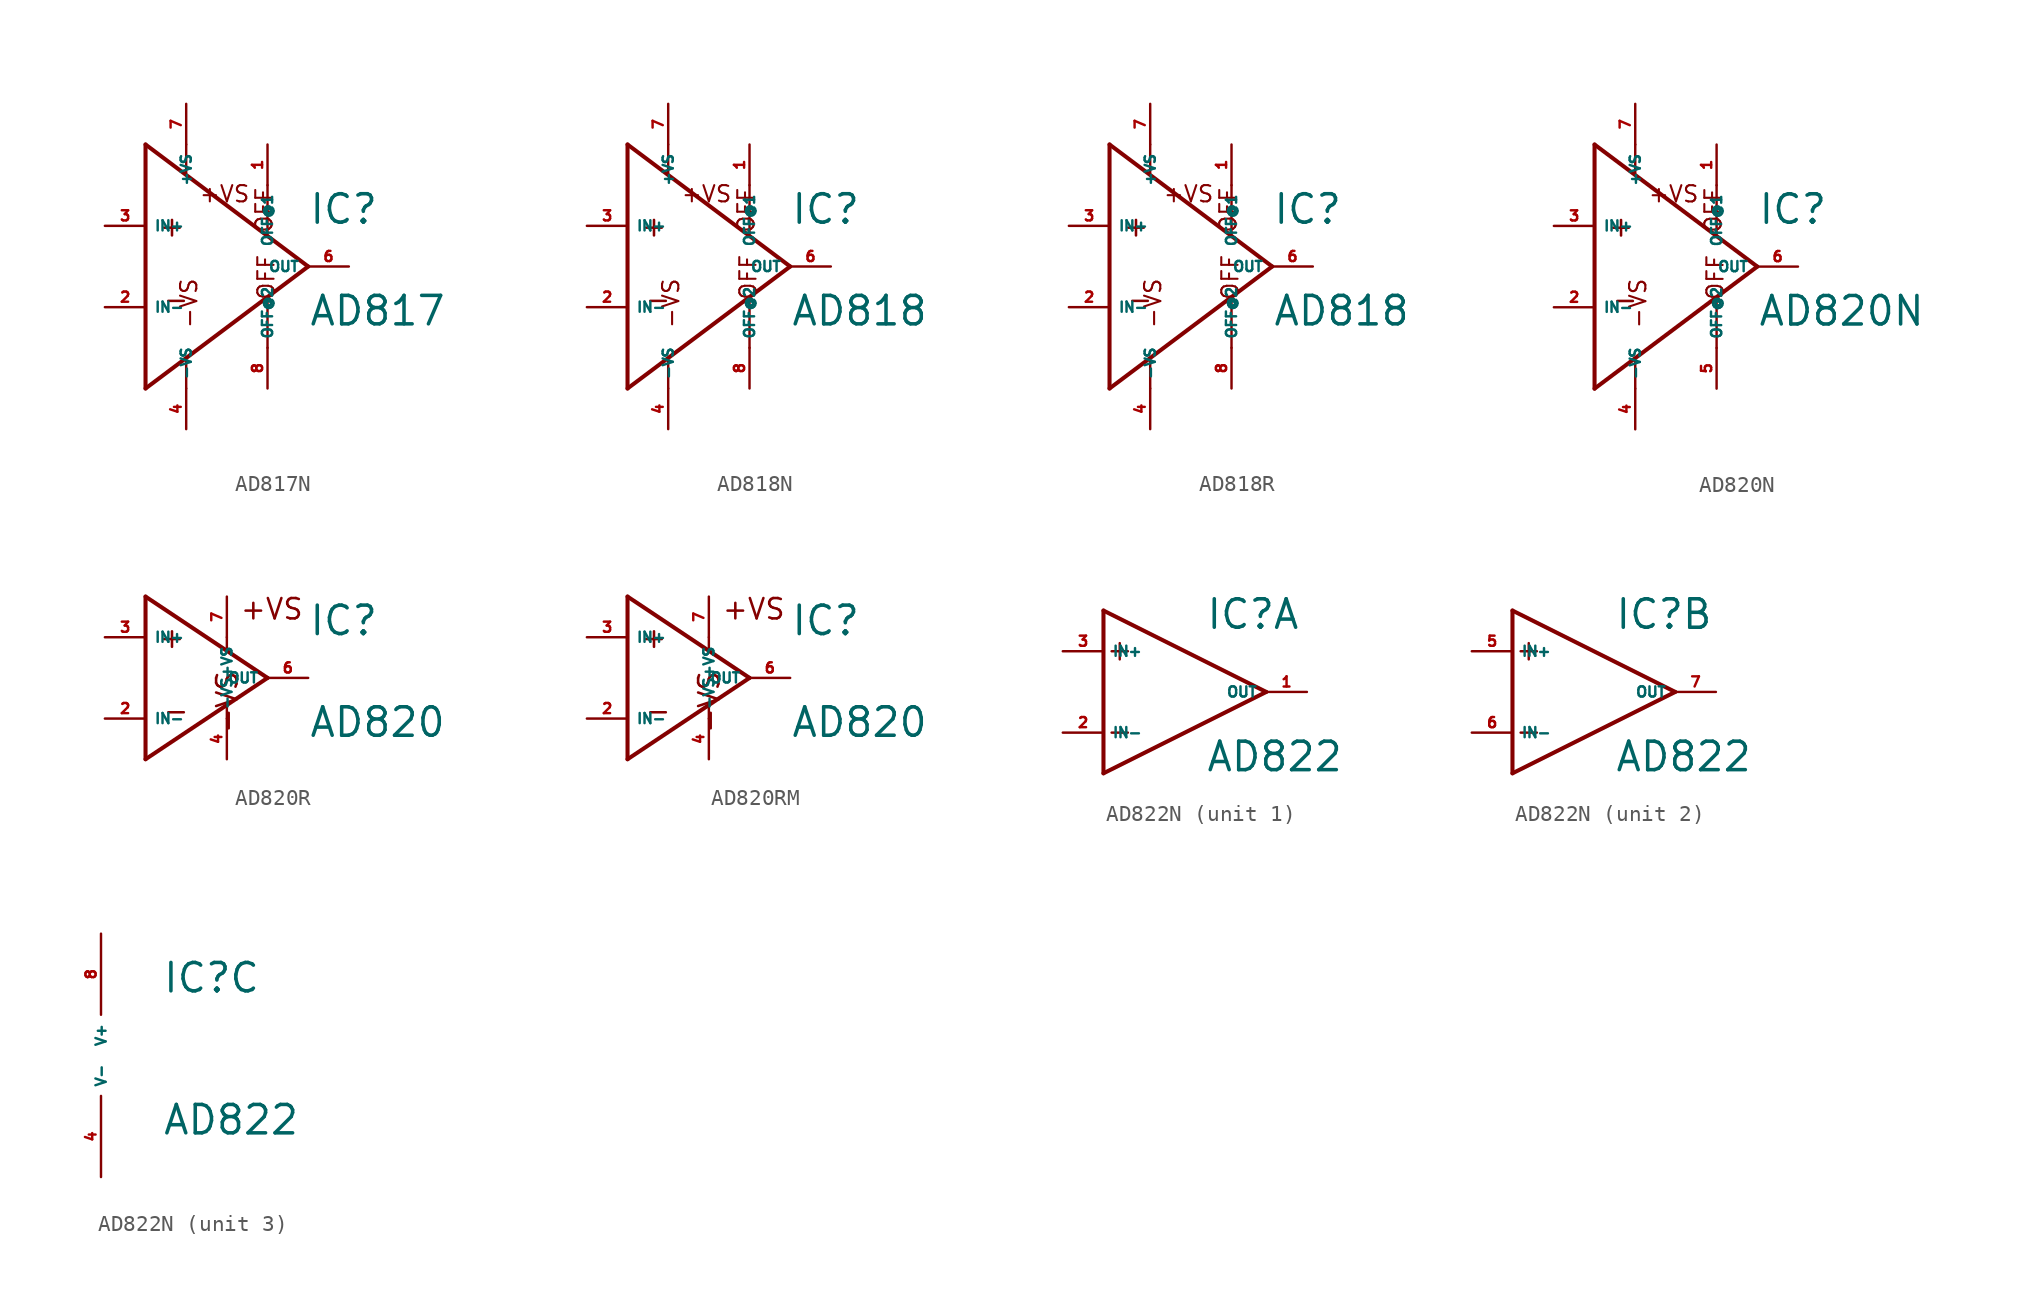
<source format=kicad_sym>
(kicad_symbol_lib
  (version 20220914)
  (generator Eagle2Kicad)
  (symbol "AD817N"
    (property "Reference" "IC"
      (at 7.62 2.54 0)
      (effects (font (size 1.778 1.778) (thickness 0.22)) (justify left bottom)))
    (property "Value" "AD817"
      (at 7.62 -3.81 0)
      (effects (font (size 1.778 1.778) (thickness 0.22)) (justify left bottom)))
    (polyline
      (pts (xy -2.54 7.62) (xy -2.54 -7.62))
      (stroke (width 0.254) (type default))
      (fill (type none)))
    (polyline
      (pts (xy -2.54 -7.62) (xy 7.62 0))
      (stroke (width 0.254) (type default))
      (fill (type none)))
    (polyline
      (pts (xy 7.62 0) (xy -2.54 7.62))
      (stroke (width 0.254) (type default))
      (fill (type none)))
    (polyline
      (pts (xy 5.08 5.08) (xy 5.08 2.032))
      (stroke (width 0.152) (type default))
      (fill (type none)))
    (polyline
      (pts (xy 5.08 -5.08) (xy 5.08 -2.032))
      (stroke (width 0.152) (type default))
      (fill (type none)))
    (polyline
      (pts (xy 0 5.842) (xy 0 7.62))
      (stroke (width 0.152) (type default))
      (fill (type none)))
    (polyline
      (pts (xy 0 -7.62) (xy 0 -5.842))
      (stroke (width 0.152) (type default))
      (fill (type none)))
    (text "+"
      (at -1.778 1.778 0)
      (effects (font (size 1.27 1.27) (thickness 0.16)) (justify left bottom)))
    (text "-"
      (at -1.524 -2.794 0)
      (effects (font (size 1.27 1.27) (thickness 0.16)) (justify left bottom)))
    (text "+VS"
      (at 0.762 3.937 0)
      (effects (font (size 1.016 1.016) (thickness 0.13)) (justify left bottom mirror)))
    (text "-VS"
      (at 0.762 -3.937 1800)
      (effects (font (size 1.016 1.016) (thickness 0.13)) (justify left bottom)))
    (text "OFF"
      (at 5.588 -2.159 2700)
      (effects (font (size 1.016 1.016) (thickness 0.13)) (justify left bottom)))
    (text "OFF"
      (at 5.461 2.032 900)
      (effects (font (size 1.016 1.016) (thickness 0.13)) (justify left bottom mirror)))
    (pin input line
      (at -5.08 2.54 0)
      (length 2.54)
      (name "IN+" (effects (font (size 0.635 0.635) (thickness 0.08)) (justify left bottom)))
      (number "3" (effects (font (size 0.635 0.635) (thickness 0.08)) (justify left bottom))))
    (pin input line
      (at -5.08 -2.54 0)
      (length 2.54)
      (name "IN-" (effects (font (size 0.635 0.635) (thickness 0.08)) (justify left bottom)))
      (number "2" (effects (font (size 0.635 0.635) (thickness 0.08)) (justify left bottom))))
    (pin output line
      (at 10.16 0 180)
      (length 2.54)
      (name "OUT" (effects (font (size 0.635 0.635) (thickness 0.08)) (justify left bottom)))
      (number "6" (effects (font (size 0.635 0.635) (thickness 0.08)) (justify left bottom))))
    (pin input line
      (at 0 -10.16 90)
      (length 2.54)
      (name "-VS" (effects (font (size 0.635 0.635) (thickness 0.08)) (justify left bottom)))
      (number "4" (effects (font (size 0.635 0.635) (thickness 0.08)) (justify left bottom))))
    (pin input line
      (at 0 10.16 270)
      (length 2.54)
      (name "+VS" (effects (font (size 0.635 0.635) (thickness 0.08)) (justify left bottom)))
      (number "7" (effects (font (size 0.635 0.635) (thickness 0.08)) (justify left bottom))))
    (pin passive line
      (at 5.08 7.62 270)
      (length 2.54)
      (name "OFF@1" (effects (font (size 0.635 0.635) (thickness 0.08)) (justify left bottom)))
      (number "1" (effects (font (size 0.635 0.635) (thickness 0.08)) (justify left bottom))))
    (pin passive line
      (at 5.08 -7.62 90)
      (length 2.54)
      (name "OFF@2" (effects (font (size 0.635 0.635) (thickness 0.08)) (justify left bottom)))
      (number "8" (effects (font (size 0.635 0.635) (thickness 0.08)) (justify left bottom)))))
  (symbol "AD818N"
    (property "Reference" "IC"
      (at 7.62 2.54 0)
      (effects (font (size 1.778 1.778) (thickness 0.22)) (justify left bottom)))
    (property "Value" "AD818"
      (at 7.62 -3.81 0)
      (effects (font (size 1.778 1.778) (thickness 0.22)) (justify left bottom)))
    (polyline
      (pts (xy -2.54 7.62) (xy -2.54 -7.62))
      (stroke (width 0.254) (type default))
      (fill (type none)))
    (polyline
      (pts (xy -2.54 -7.62) (xy 7.62 0))
      (stroke (width 0.254) (type default))
      (fill (type none)))
    (polyline
      (pts (xy 7.62 0) (xy -2.54 7.62))
      (stroke (width 0.254) (type default))
      (fill (type none)))
    (polyline
      (pts (xy 5.08 5.08) (xy 5.08 2.032))
      (stroke (width 0.152) (type default))
      (fill (type none)))
    (polyline
      (pts (xy 5.08 -5.08) (xy 5.08 -2.032))
      (stroke (width 0.152) (type default))
      (fill (type none)))
    (polyline
      (pts (xy 0 5.842) (xy 0 7.62))
      (stroke (width 0.152) (type default))
      (fill (type none)))
    (polyline
      (pts (xy 0 -7.62) (xy 0 -5.842))
      (stroke (width 0.152) (type default))
      (fill (type none)))
    (text "+"
      (at -1.778 1.778 0)
      (effects (font (size 1.27 1.27) (thickness 0.16)) (justify left bottom)))
    (text "-"
      (at -1.524 -2.794 0)
      (effects (font (size 1.27 1.27) (thickness 0.16)) (justify left bottom)))
    (text "+VS"
      (at 0.762 3.937 0)
      (effects (font (size 1.016 1.016) (thickness 0.13)) (justify left bottom mirror)))
    (text "-VS"
      (at 0.762 -3.937 1800)
      (effects (font (size 1.016 1.016) (thickness 0.13)) (justify left bottom)))
    (text "OFF"
      (at 5.588 -2.159 2700)
      (effects (font (size 1.016 1.016) (thickness 0.13)) (justify left bottom)))
    (text "OFF"
      (at 5.461 2.032 900)
      (effects (font (size 1.016 1.016) (thickness 0.13)) (justify left bottom mirror)))
    (pin input line
      (at -5.08 2.54 0)
      (length 2.54)
      (name "IN+" (effects (font (size 0.635 0.635) (thickness 0.08)) (justify left bottom)))
      (number "3" (effects (font (size 0.635 0.635) (thickness 0.08)) (justify left bottom))))
    (pin input line
      (at -5.08 -2.54 0)
      (length 2.54)
      (name "IN-" (effects (font (size 0.635 0.635) (thickness 0.08)) (justify left bottom)))
      (number "2" (effects (font (size 0.635 0.635) (thickness 0.08)) (justify left bottom))))
    (pin output line
      (at 10.16 0 180)
      (length 2.54)
      (name "OUT" (effects (font (size 0.635 0.635) (thickness 0.08)) (justify left bottom)))
      (number "6" (effects (font (size 0.635 0.635) (thickness 0.08)) (justify left bottom))))
    (pin input line
      (at 0 -10.16 90)
      (length 2.54)
      (name "-VS" (effects (font (size 0.635 0.635) (thickness 0.08)) (justify left bottom)))
      (number "4" (effects (font (size 0.635 0.635) (thickness 0.08)) (justify left bottom))))
    (pin input line
      (at 0 10.16 270)
      (length 2.54)
      (name "+VS" (effects (font (size 0.635 0.635) (thickness 0.08)) (justify left bottom)))
      (number "7" (effects (font (size 0.635 0.635) (thickness 0.08)) (justify left bottom))))
    (pin passive line
      (at 5.08 7.62 270)
      (length 2.54)
      (name "OFF@1" (effects (font (size 0.635 0.635) (thickness 0.08)) (justify left bottom)))
      (number "1" (effects (font (size 0.635 0.635) (thickness 0.08)) (justify left bottom))))
    (pin passive line
      (at 5.08 -7.62 90)
      (length 2.54)
      (name "OFF@2" (effects (font (size 0.635 0.635) (thickness 0.08)) (justify left bottom)))
      (number "8" (effects (font (size 0.635 0.635) (thickness 0.08)) (justify left bottom)))))
  (symbol "AD818R"
    (property "Reference" "IC"
      (at 7.62 2.54 0)
      (effects (font (size 1.778 1.778) (thickness 0.22)) (justify left bottom)))
    (property "Value" "AD818"
      (at 7.62 -3.81 0)
      (effects (font (size 1.778 1.778) (thickness 0.22)) (justify left bottom)))
    (polyline
      (pts (xy -2.54 7.62) (xy -2.54 -7.62))
      (stroke (width 0.254) (type default))
      (fill (type none)))
    (polyline
      (pts (xy -2.54 -7.62) (xy 7.62 0))
      (stroke (width 0.254) (type default))
      (fill (type none)))
    (polyline
      (pts (xy 7.62 0) (xy -2.54 7.62))
      (stroke (width 0.254) (type default))
      (fill (type none)))
    (polyline
      (pts (xy 5.08 5.08) (xy 5.08 2.032))
      (stroke (width 0.152) (type default))
      (fill (type none)))
    (polyline
      (pts (xy 5.08 -5.08) (xy 5.08 -2.032))
      (stroke (width 0.152) (type default))
      (fill (type none)))
    (polyline
      (pts (xy 0 5.842) (xy 0 7.62))
      (stroke (width 0.152) (type default))
      (fill (type none)))
    (polyline
      (pts (xy 0 -7.62) (xy 0 -5.842))
      (stroke (width 0.152) (type default))
      (fill (type none)))
    (text "+"
      (at -1.778 1.778 0)
      (effects (font (size 1.27 1.27) (thickness 0.16)) (justify left bottom)))
    (text "-"
      (at -1.524 -2.794 0)
      (effects (font (size 1.27 1.27) (thickness 0.16)) (justify left bottom)))
    (text "+VS"
      (at 0.762 3.937 0)
      (effects (font (size 1.016 1.016) (thickness 0.13)) (justify left bottom mirror)))
    (text "-VS"
      (at 0.762 -3.937 1800)
      (effects (font (size 1.016 1.016) (thickness 0.13)) (justify left bottom)))
    (text "OFF"
      (at 5.588 -2.159 2700)
      (effects (font (size 1.016 1.016) (thickness 0.13)) (justify left bottom)))
    (text "OFF"
      (at 5.461 2.032 900)
      (effects (font (size 1.016 1.016) (thickness 0.13)) (justify left bottom mirror)))
    (pin input line
      (at -5.08 2.54 0)
      (length 2.54)
      (name "IN+" (effects (font (size 0.635 0.635) (thickness 0.08)) (justify left bottom)))
      (number "3" (effects (font (size 0.635 0.635) (thickness 0.08)) (justify left bottom))))
    (pin input line
      (at -5.08 -2.54 0)
      (length 2.54)
      (name "IN-" (effects (font (size 0.635 0.635) (thickness 0.08)) (justify left bottom)))
      (number "2" (effects (font (size 0.635 0.635) (thickness 0.08)) (justify left bottom))))
    (pin output line
      (at 10.16 0 180)
      (length 2.54)
      (name "OUT" (effects (font (size 0.635 0.635) (thickness 0.08)) (justify left bottom)))
      (number "6" (effects (font (size 0.635 0.635) (thickness 0.08)) (justify left bottom))))
    (pin input line
      (at 0 -10.16 90)
      (length 2.54)
      (name "-VS" (effects (font (size 0.635 0.635) (thickness 0.08)) (justify left bottom)))
      (number "4" (effects (font (size 0.635 0.635) (thickness 0.08)) (justify left bottom))))
    (pin input line
      (at 0 10.16 270)
      (length 2.54)
      (name "+VS" (effects (font (size 0.635 0.635) (thickness 0.08)) (justify left bottom)))
      (number "7" (effects (font (size 0.635 0.635) (thickness 0.08)) (justify left bottom))))
    (pin passive line
      (at 5.08 7.62 270)
      (length 2.54)
      (name "OFF@1" (effects (font (size 0.635 0.635) (thickness 0.08)) (justify left bottom)))
      (number "1" (effects (font (size 0.635 0.635) (thickness 0.08)) (justify left bottom))))
    (pin passive line
      (at 5.08 -7.62 90)
      (length 2.54)
      (name "OFF@2" (effects (font (size 0.635 0.635) (thickness 0.08)) (justify left bottom)))
      (number "8" (effects (font (size 0.635 0.635) (thickness 0.08)) (justify left bottom)))))
  (symbol "AD820N"
    (property "Reference" "IC"
      (at 7.62 2.54 0)
      (effects (font (size 1.778 1.778) (thickness 0.22)) (justify left bottom)))
    (property "Value" "AD820N"
      (at 7.62 -3.81 0)
      (effects (font (size 1.778 1.778) (thickness 0.22)) (justify left bottom)))
    (polyline
      (pts (xy -2.54 7.62) (xy -2.54 -7.62))
      (stroke (width 0.254) (type default))
      (fill (type none)))
    (polyline
      (pts (xy -2.54 -7.62) (xy 7.62 0))
      (stroke (width 0.254) (type default))
      (fill (type none)))
    (polyline
      (pts (xy 7.62 0) (xy -2.54 7.62))
      (stroke (width 0.254) (type default))
      (fill (type none)))
    (polyline
      (pts (xy 5.08 5.08) (xy 5.08 2.032))
      (stroke (width 0.152) (type default))
      (fill (type none)))
    (polyline
      (pts (xy 5.08 -5.08) (xy 5.08 -2.032))
      (stroke (width 0.152) (type default))
      (fill (type none)))
    (polyline
      (pts (xy 0 5.842) (xy 0 7.62))
      (stroke (width 0.152) (type default))
      (fill (type none)))
    (polyline
      (pts (xy 0 -7.62) (xy 0 -5.842))
      (stroke (width 0.152) (type default))
      (fill (type none)))
    (text "+"
      (at -1.778 1.778 0)
      (effects (font (size 1.27 1.27) (thickness 0.16)) (justify left bottom)))
    (text "-"
      (at -1.524 -2.794 0)
      (effects (font (size 1.27 1.27) (thickness 0.16)) (justify left bottom)))
    (text "+VS"
      (at 0.762 3.937 0)
      (effects (font (size 1.016 1.016) (thickness 0.13)) (justify left bottom mirror)))
    (text "-VS"
      (at 0.762 -3.937 1800)
      (effects (font (size 1.016 1.016) (thickness 0.13)) (justify left bottom)))
    (text "OFF"
      (at 5.588 -2.159 2700)
      (effects (font (size 1.016 1.016) (thickness 0.13)) (justify left bottom)))
    (text "OFF"
      (at 5.461 2.032 900)
      (effects (font (size 1.016 1.016) (thickness 0.13)) (justify left bottom mirror)))
    (pin input line
      (at -5.08 2.54 0)
      (length 2.54)
      (name "IN+" (effects (font (size 0.635 0.635) (thickness 0.08)) (justify left bottom)))
      (number "3" (effects (font (size 0.635 0.635) (thickness 0.08)) (justify left bottom))))
    (pin input line
      (at -5.08 -2.54 0)
      (length 2.54)
      (name "IN-" (effects (font (size 0.635 0.635) (thickness 0.08)) (justify left bottom)))
      (number "2" (effects (font (size 0.635 0.635) (thickness 0.08)) (justify left bottom))))
    (pin output line
      (at 10.16 0 180)
      (length 2.54)
      (name "OUT" (effects (font (size 0.635 0.635) (thickness 0.08)) (justify left bottom)))
      (number "6" (effects (font (size 0.635 0.635) (thickness 0.08)) (justify left bottom))))
    (pin input line
      (at 0 -10.16 90)
      (length 2.54)
      (name "-VS" (effects (font (size 0.635 0.635) (thickness 0.08)) (justify left bottom)))
      (number "4" (effects (font (size 0.635 0.635) (thickness 0.08)) (justify left bottom))))
    (pin input line
      (at 0 10.16 270)
      (length 2.54)
      (name "+VS" (effects (font (size 0.635 0.635) (thickness 0.08)) (justify left bottom)))
      (number "7" (effects (font (size 0.635 0.635) (thickness 0.08)) (justify left bottom))))
    (pin passive line
      (at 5.08 7.62 270)
      (length 2.54)
      (name "OFF@1" (effects (font (size 0.635 0.635) (thickness 0.08)) (justify left bottom)))
      (number "1" (effects (font (size 0.635 0.635) (thickness 0.08)) (justify left bottom))))
    (pin passive line
      (at 5.08 -7.62 90)
      (length 2.54)
      (name "OFF@2" (effects (font (size 0.635 0.635) (thickness 0.08)) (justify left bottom)))
      (number "5" (effects (font (size 0.635 0.635) (thickness 0.08)) (justify left bottom)))))
  (symbol "AD820R"
    (property "Reference" "IC"
      (at 7.62 2.54 0)
      (effects (font (size 1.778 1.778) (thickness 0.22)) (justify left bottom)))
    (property "Value" "AD820"
      (at 7.62 -3.81 0)
      (effects (font (size 1.778 1.778) (thickness 0.22)) (justify left bottom)))
    (polyline
      (pts (xy -2.54 5.08) (xy -2.54 -5.08))
      (stroke (width 0.254) (type default))
      (fill (type none)))
    (polyline
      (pts (xy -2.54 -5.08) (xy 5.08 0))
      (stroke (width 0.254) (type default))
      (fill (type none)))
    (polyline
      (pts (xy 5.08 0) (xy -2.54 5.08))
      (stroke (width 0.254) (type default))
      (fill (type none)))
    (polyline
      (pts (xy 2.54 2.54) (xy 2.54 1.778))
      (stroke (width 0.152) (type default))
      (fill (type none)))
    (polyline
      (pts (xy 2.54 -2.54) (xy 2.54 -1.778))
      (stroke (width 0.152) (type default))
      (fill (type none)))
    (text "+"
      (at -1.778 1.778 0)
      (effects (font (size 1.27 1.27) (thickness 0.16)) (justify left bottom)))
    (text "-"
      (at -1.524 -2.794 0)
      (effects (font (size 1.27 1.27) (thickness 0.16)) (justify left bottom)))
    (text "+VS"
      (at 3.302 3.556 0)
      (effects (font (size 1.27 1.27) (thickness 0.16)) (justify left bottom)))
    (text "-VS"
      (at 3.302 -3.556 1800)
      (effects (font (size 1.27 1.27) (thickness 0.16)) (justify left bottom mirror)))
    (pin input line
      (at -5.08 2.54 0)
      (length 2.54)
      (name "IN+" (effects (font (size 0.635 0.635) (thickness 0.08)) (justify left bottom)))
      (number "3" (effects (font (size 0.635 0.635) (thickness 0.08)) (justify left bottom))))
    (pin input line
      (at -5.08 -2.54 0)
      (length 2.54)
      (name "IN-" (effects (font (size 0.635 0.635) (thickness 0.08)) (justify left bottom)))
      (number "2" (effects (font (size 0.635 0.635) (thickness 0.08)) (justify left bottom))))
    (pin output line
      (at 7.62 0 180)
      (length 2.54)
      (name "OUT" (effects (font (size 0.635 0.635) (thickness 0.08)) (justify left bottom)))
      (number "6" (effects (font (size 0.635 0.635) (thickness 0.08)) (justify left bottom))))
    (pin input line
      (at 2.54 -5.08 90)
      (length 2.54)
      (name "-VS" (effects (font (size 0.635 0.635) (thickness 0.08)) (justify left bottom)))
      (number "4" (effects (font (size 0.635 0.635) (thickness 0.08)) (justify left bottom))))
    (pin input line
      (at 2.54 5.08 270)
      (length 2.54)
      (name "+VS" (effects (font (size 0.635 0.635) (thickness 0.08)) (justify left bottom)))
      (number "7" (effects (font (size 0.635 0.635) (thickness 0.08)) (justify left bottom)))))
  (symbol "AD820RM"
    (property "Reference" "IC"
      (at 7.62 2.54 0)
      (effects (font (size 1.778 1.778) (thickness 0.22)) (justify left bottom)))
    (property "Value" "AD820"
      (at 7.62 -3.81 0)
      (effects (font (size 1.778 1.778) (thickness 0.22)) (justify left bottom)))
    (polyline
      (pts (xy -2.54 5.08) (xy -2.54 -5.08))
      (stroke (width 0.254) (type default))
      (fill (type none)))
    (polyline
      (pts (xy -2.54 -5.08) (xy 5.08 0))
      (stroke (width 0.254) (type default))
      (fill (type none)))
    (polyline
      (pts (xy 5.08 0) (xy -2.54 5.08))
      (stroke (width 0.254) (type default))
      (fill (type none)))
    (polyline
      (pts (xy 2.54 2.54) (xy 2.54 1.778))
      (stroke (width 0.152) (type default))
      (fill (type none)))
    (polyline
      (pts (xy 2.54 -2.54) (xy 2.54 -1.778))
      (stroke (width 0.152) (type default))
      (fill (type none)))
    (text "+"
      (at -1.778 1.778 0)
      (effects (font (size 1.27 1.27) (thickness 0.16)) (justify left bottom)))
    (text "-"
      (at -1.524 -2.794 0)
      (effects (font (size 1.27 1.27) (thickness 0.16)) (justify left bottom)))
    (text "+VS"
      (at 3.302 3.556 0)
      (effects (font (size 1.27 1.27) (thickness 0.16)) (justify left bottom)))
    (text "-VS"
      (at 3.302 -3.556 1800)
      (effects (font (size 1.27 1.27) (thickness 0.16)) (justify left bottom mirror)))
    (pin input line
      (at -5.08 2.54 0)
      (length 2.54)
      (name "IN+" (effects (font (size 0.635 0.635) (thickness 0.08)) (justify left bottom)))
      (number "3" (effects (font (size 0.635 0.635) (thickness 0.08)) (justify left bottom))))
    (pin input line
      (at -5.08 -2.54 0)
      (length 2.54)
      (name "IN-" (effects (font (size 0.635 0.635) (thickness 0.08)) (justify left bottom)))
      (number "2" (effects (font (size 0.635 0.635) (thickness 0.08)) (justify left bottom))))
    (pin output line
      (at 7.62 0 180)
      (length 2.54)
      (name "OUT" (effects (font (size 0.635 0.635) (thickness 0.08)) (justify left bottom)))
      (number "6" (effects (font (size 0.635 0.635) (thickness 0.08)) (justify left bottom))))
    (pin input line
      (at 2.54 -5.08 90)
      (length 2.54)
      (name "-VS" (effects (font (size 0.635 0.635) (thickness 0.08)) (justify left bottom)))
      (number "4" (effects (font (size 0.635 0.635) (thickness 0.08)) (justify left bottom))))
    (pin input line
      (at 2.54 5.08 270)
      (length 2.54)
      (name "+VS" (effects (font (size 0.635 0.635) (thickness 0.08)) (justify left bottom)))
      (number "7" (effects (font (size 0.635 0.635) (thickness 0.08)) (justify left bottom)))))
  (symbol "AD822N"
    (property "Reference" "IC"
      (at 3.81 3.81 0)
      (effects (font (size 1.778 1.778) (thickness 0.22)) (justify left bottom)))
    (property "Value" "AD822"
      (at 3.81 -5.08 0)
      (effects (font (size 1.778 1.778) (thickness 0.22)) (justify left bottom)))
    (symbol "AD822N_1_0"
      (polyline (pts (xy -2.54 5.08) (xy -2.54 -5.08)) (stroke (width 0.254) (type default)) (fill (type none)))
      (polyline (pts (xy -2.54 -5.08) (xy 7.62 0)) (stroke (width 0.254) (type default)) (fill (type none)))
      (polyline (pts (xy 7.62 0) (xy -2.54 5.08)) (stroke (width 0.254) (type default)) (fill (type none)))
      (polyline (pts (xy -2.032 2.54) (xy -1.016 2.54)) (stroke (width 0.152) (type default)) (fill (type none)))
      (polyline (pts (xy -1.524 3.048) (xy -1.524 2.032)) (stroke (width 0.152) (type default)) (fill (type none)))
      (polyline (pts (xy -2.032 -2.54) (xy -1.016 -2.54)) (stroke (width 0.152) (type default)) (fill (type none)))
      (pin input line (at -5.08 2.54 0) (length 2.54) (name "IN+" (effects (font (size 0.635 0.635) (thickness 0.08)) (justify left bottom))) (number "3" (effects (font (size 0.635 0.635) (thickness 0.08)) (justify left bottom))))
      (pin input line (at -5.08 -2.54 0) (length 2.54) (name "IN-" (effects (font (size 0.635 0.635) (thickness 0.08)) (justify left bottom))) (number "2" (effects (font (size 0.635 0.635) (thickness 0.08)) (justify left bottom))))
      (pin output line (at 10.16 0 180) (length 2.54) (name "OUT" (effects (font (size 0.635 0.635) (thickness 0.08)) (justify left bottom))) (number "1" (effects (font (size 0.635 0.635) (thickness 0.08)) (justify left bottom)))))
    (symbol "AD822N_2_0"
      (polyline (pts (xy -2.54 5.08) (xy -2.54 -5.08)) (stroke (width 0.254) (type default)) (fill (type none)))
      (polyline (pts (xy -2.54 -5.08) (xy 7.62 0)) (stroke (width 0.254) (type default)) (fill (type none)))
      (polyline (pts (xy 7.62 0) (xy -2.54 5.08)) (stroke (width 0.254) (type default)) (fill (type none)))
      (polyline (pts (xy -2.032 2.54) (xy -1.016 2.54)) (stroke (width 0.152) (type default)) (fill (type none)))
      (polyline (pts (xy -1.524 3.048) (xy -1.524 2.032)) (stroke (width 0.152) (type default)) (fill (type none)))
      (polyline (pts (xy -2.032 -2.54) (xy -1.016 -2.54)) (stroke (width 0.152) (type default)) (fill (type none)))
      (pin input line (at -5.08 2.54 0) (length 2.54) (name "IN+" (effects (font (size 0.635 0.635) (thickness 0.08)) (justify left bottom))) (number "5" (effects (font (size 0.635 0.635) (thickness 0.08)) (justify left bottom))))
      (pin input line (at -5.08 -2.54 0) (length 2.54) (name "IN-" (effects (font (size 0.635 0.635) (thickness 0.08)) (justify left bottom))) (number "6" (effects (font (size 0.635 0.635) (thickness 0.08)) (justify left bottom))))
      (pin output line (at 10.16 0 180) (length 2.54) (name "OUT" (effects (font (size 0.635 0.635) (thickness 0.08)) (justify left bottom))) (number "7" (effects (font (size 0.635 0.635) (thickness 0.08)) (justify left bottom)))))
    (symbol "AD822N_3_0"
      (pin unspecified line (at 0 7.62 270) (length 5.08) (name "V+" (effects (font (size 0.635 0.635) (thickness 0.08)) (justify left bottom))) (number "8" (effects (font (size 0.635 0.635) (thickness 0.08)) (justify left bottom))))
      (pin unspecified line (at 0 -7.62 90) (length 5.08) (name "V-" (effects (font (size 0.635 0.635) (thickness 0.08)) (justify left bottom))) (number "4" (effects (font (size 0.635 0.635) (thickness 0.08)) (justify left bottom)))))))
</source>
